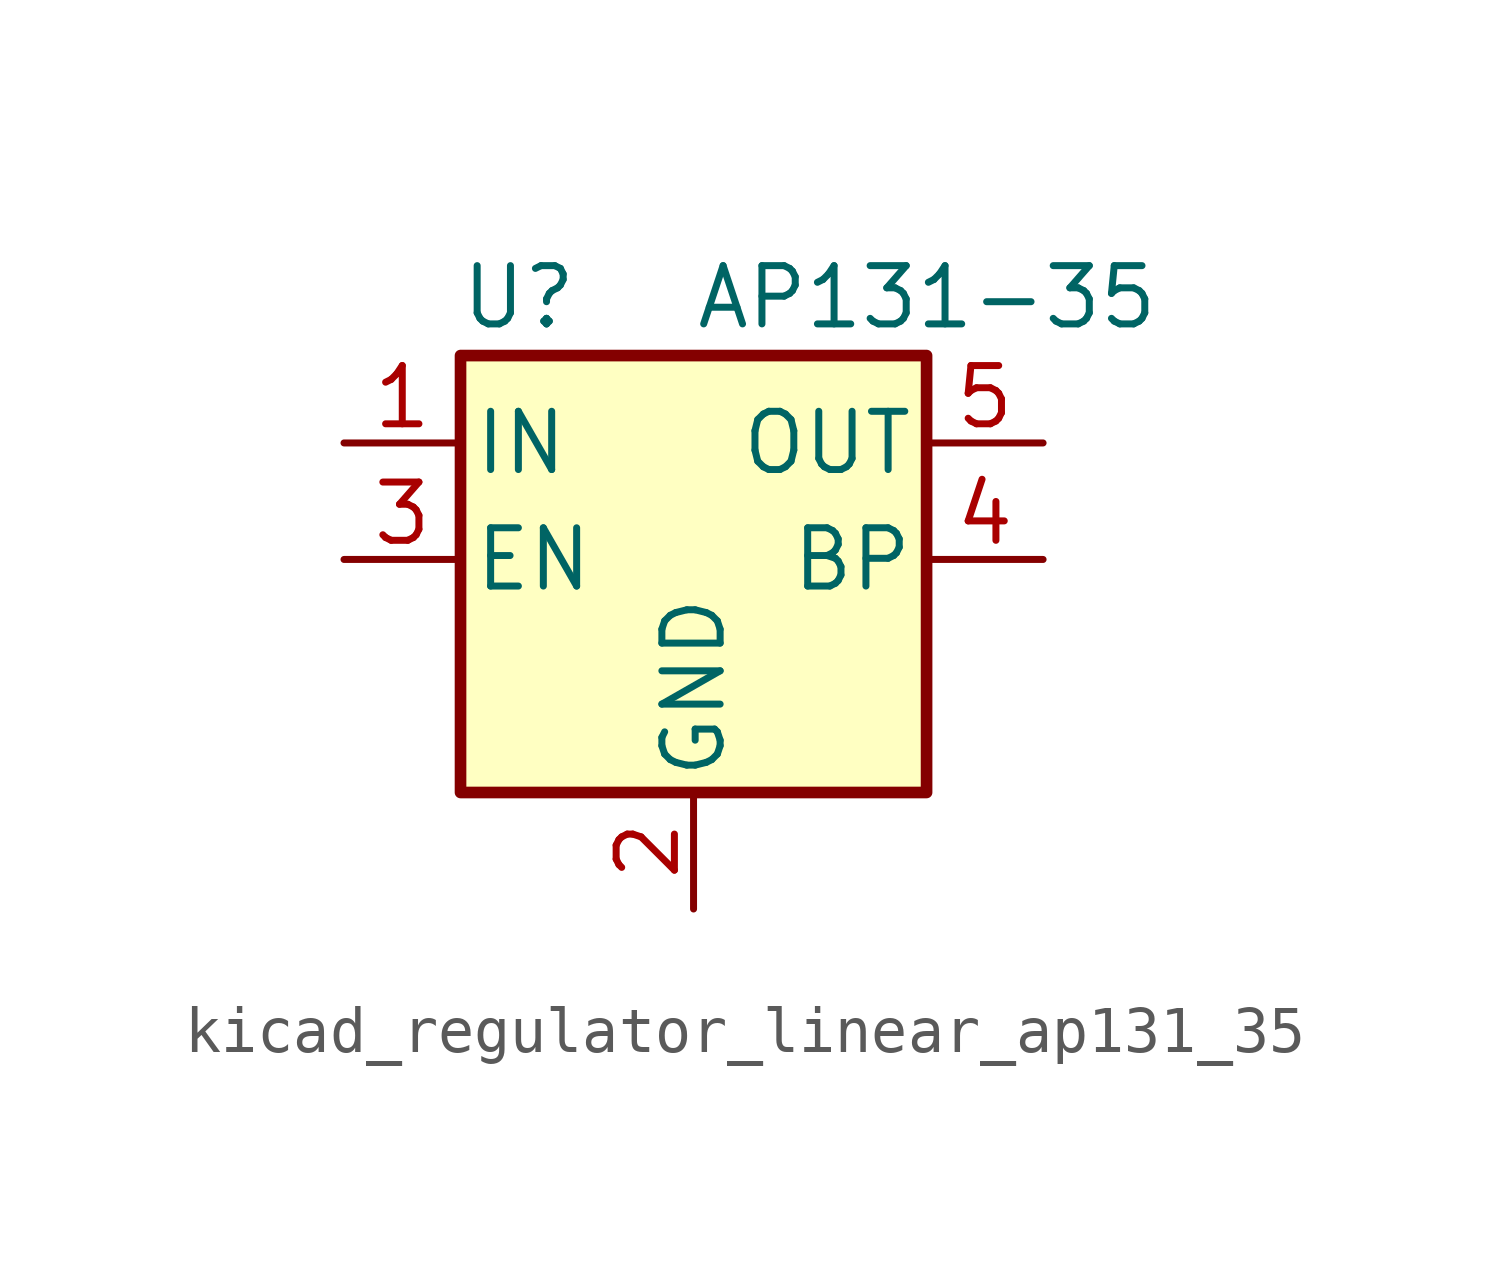
<source format=kicad_sym>
(kicad_symbol_lib
  (version 20220914)
  (generator kicad_symbol_editor)
  (symbol "kicad_regulator_linear_ap131_35"
    (pin_names
      (offset 0.254))
    (property "Reference" "U"
      (at -3.81 5.715 0)
      (effects (font (size 1.27 1.27))))
    (property "Value" "AP131-35"
      (at 0 5.715 0)
      (effects (font (size 1.27 1.27)) (justify left)))
    (symbol "kicad_regulator_linear_ap131_35_0_1"
      (rectangle (start -5.08 4.445) (end 5.08 -5.08) (stroke (width 0.254) (type default)) (fill (type background))))
    (symbol "kicad_regulator_linear_ap131_35_1_1"
      (pin power_in line (at -7.62 2.54 0) (length 2.54) (name "IN" (effects (font (size 1.27 1.27)))) (number "1" (effects (font (size 1.27 1.27)))))
      (pin power_in line (at 0 -7.62 90) (length 2.54) (name "GND" (effects (font (size 1.27 1.27)))) (number "2" (effects (font (size 1.27 1.27)))))
      (pin input line (at -7.62 0 0) (length 2.54) (name "EN" (effects (font (size 1.27 1.27)))) (number "3" (effects (font (size 1.27 1.27)))))
      (pin input line (at 7.62 0 180) (length 2.54) (name "BP" (effects (font (size 1.27 1.27)))) (number "4" (effects (font (size 1.27 1.27)))))
      (pin power_out line (at 7.62 2.54 180) (length 2.54) (name "OUT" (effects (font (size 1.27 1.27)))) (number "5" (effects (font (size 1.27 1.27))))))))
</source>
